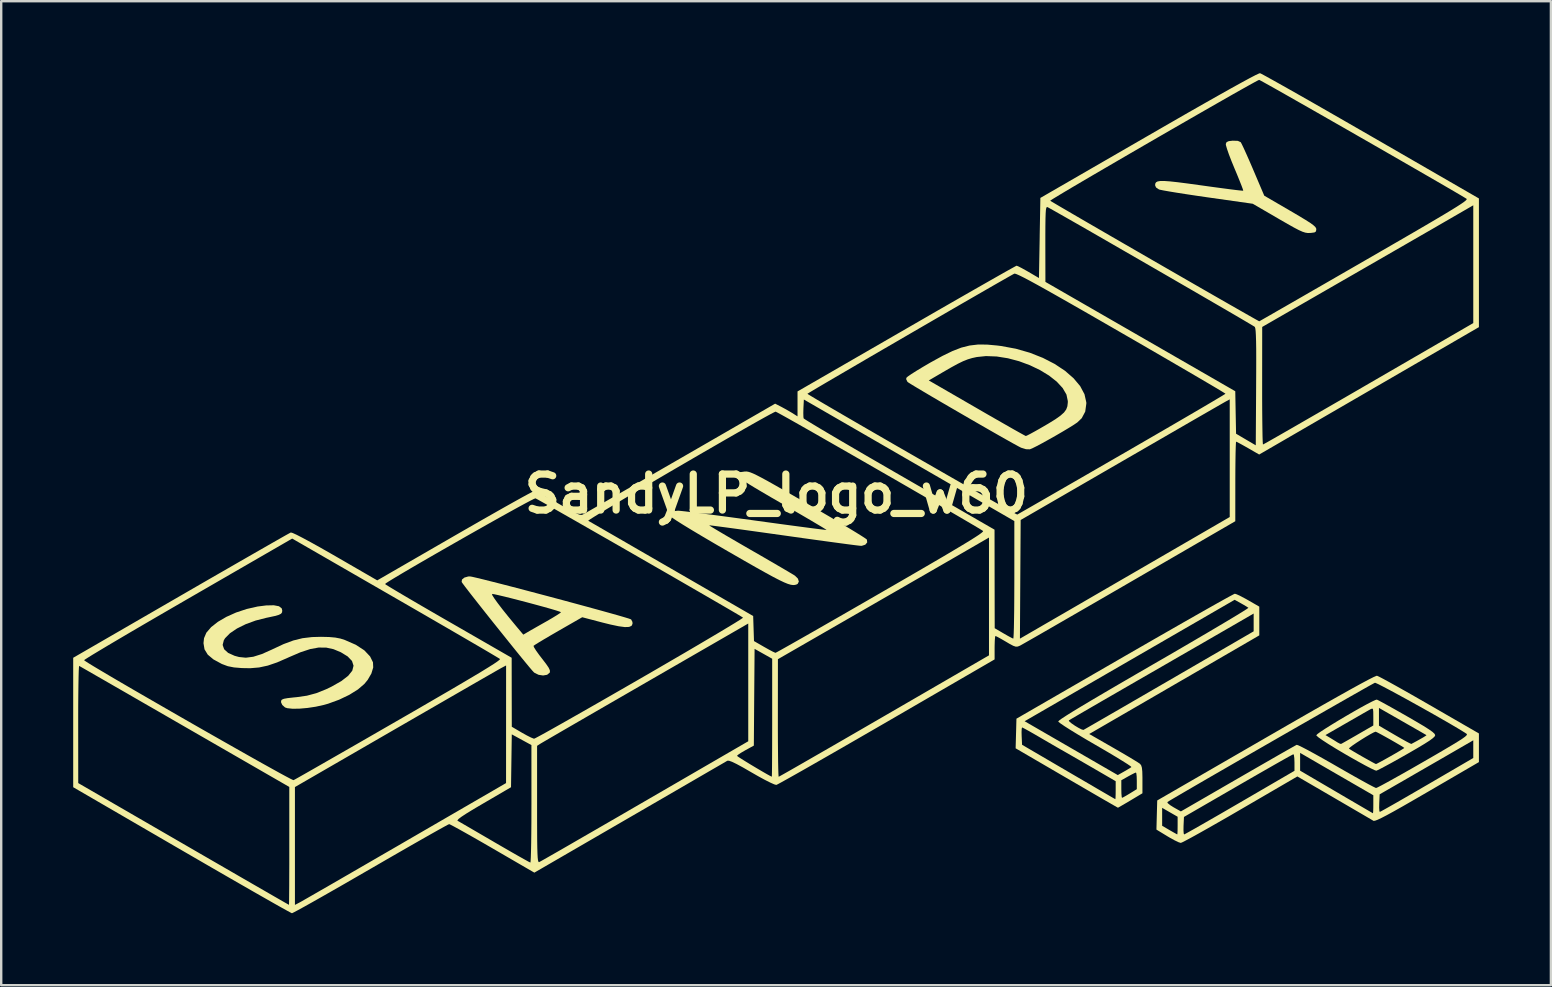
<source format=kicad_pcb>
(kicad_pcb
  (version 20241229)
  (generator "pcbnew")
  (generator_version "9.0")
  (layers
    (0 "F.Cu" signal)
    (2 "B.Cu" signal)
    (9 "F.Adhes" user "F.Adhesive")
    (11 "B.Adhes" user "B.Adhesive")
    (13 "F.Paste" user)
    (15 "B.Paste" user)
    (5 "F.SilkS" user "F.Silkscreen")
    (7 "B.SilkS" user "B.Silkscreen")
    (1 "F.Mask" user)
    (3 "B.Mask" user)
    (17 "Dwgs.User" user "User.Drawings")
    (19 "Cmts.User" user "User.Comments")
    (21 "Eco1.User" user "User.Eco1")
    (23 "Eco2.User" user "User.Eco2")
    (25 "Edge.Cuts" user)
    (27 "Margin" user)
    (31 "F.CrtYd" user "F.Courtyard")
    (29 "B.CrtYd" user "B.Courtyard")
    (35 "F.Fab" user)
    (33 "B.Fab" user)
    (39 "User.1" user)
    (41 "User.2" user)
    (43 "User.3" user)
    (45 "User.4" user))
  (footprint "SandyLP_logo_w60"
    (layer "F.Cu")
    (at 29.301 17.524)
    (property "Reference" "SandyLP_logo_w60" (at 0 0 0) (layer "F.SilkS") (effects (font (size 1.5 1.5) (thickness 0.3))))
    (attr board_only exclude_from_pos_files exclude_from_bom)
    (fp_poly (pts (xy 19.227 -14.705) (xy 19.346 -14.65) (xy 19.347 -14.649) (xy 19.39 -14.571) (xy 19.47 -14.404) (xy 19.579 -14.164) (xy 19.709 -13.87) (xy 19.852 -13.539) (xy 19.871 -13.494) (xy 20.328 -12.42) (xy 21.412 -11.789) (xy 21.778 -11.574) (xy 22.053 -11.408) (xy 22.25 -11.282) (xy 22.38 -11.186) (xy 22.457 -11.114) (xy 22.491 -11.055) (xy 22.496 -11.02) (xy 22.483 -10.933) (xy 22.421 -10.889) (xy 22.279 -10.87) (xy 22.232 -10.867) (xy 22.135 -10.866) (xy 22.037 -10.881) (xy 21.92 -10.919) (xy 21.77 -10.986) (xy 21.569 -11.091) (xy 21.302 -11.241) (xy 20.952 -11.442) (xy 20.908 -11.468) (xy 19.848 -12.084) (xy 17.975 -12.35) (xy 17.513 -12.417) (xy 17.082 -12.482) (xy 16.697 -12.542) (xy 16.375 -12.595) (xy 16.131 -12.638) (xy 15.979 -12.669) (xy 15.941 -12.68) (xy 15.818 -12.763) (xy 15.78 -12.852) (xy 15.787 -12.923) (xy 15.818 -12.977) (xy 15.883 -13.013) (xy 15.993 -13.032) (xy 16.161 -13.033) (xy 16.397 -13.016) (xy 16.713 -12.982) (xy 17.12 -12.93) (xy 17.63 -12.86) (xy 17.723 -12.847) (xy 18.156 -12.787) (xy 18.551 -12.734) (xy 18.891 -12.689) (xy 19.163 -12.655) (xy 19.353 -12.634) (xy 19.445 -12.627) (xy 19.452 -12.628) (xy 19.437 -12.686) (xy 19.383 -12.833) (xy 19.296 -13.052) (xy 19.185 -13.325) (xy 19.09 -13.551) (xy 18.963 -13.86) (xy 18.856 -14.138) (xy 18.777 -14.365) (xy 18.732 -14.52) (xy 18.725 -14.574) (xy 18.758 -14.652) (xy 18.849 -14.693) (xy 19.011 -14.712)) (stroke (width 0) (type solid)) (fill yes) (layer "F.SilkS"))
    (fp_poly (pts (xy 8.775 -6.216) (xy 9.202 -6.177) (xy 9.367 -6.156) (xy 9.978 -6.043) (xy 10.561 -5.876) (xy 11.103 -5.662) (xy 11.595 -5.409) (xy 12.025 -5.124) (xy 12.382 -4.813) (xy 12.657 -4.486) (xy 12.837 -4.148) (xy 12.913 -3.808) (xy 12.914 -3.758) (xy 12.868 -3.423) (xy 12.722 -3.148) (xy 12.539 -2.973) (xy 12.396 -2.876) (xy 12.184 -2.744) (xy 11.925 -2.589) (xy 11.64 -2.423) (xy 11.349 -2.259) (xy 11.075 -2.107) (xy 10.838 -1.981) (xy 10.659 -1.892) (xy 10.559 -1.852) (xy 10.401 -1.856) (xy 10.205 -1.916) (xy 10.178 -1.928) (xy 10.066 -1.986) (xy 9.871 -2.093) (xy 9.605 -2.242) (xy 9.281 -2.425) (xy 8.912 -2.636) (xy 8.51 -2.867) (xy 8.088 -3.11) (xy 7.659 -3.359) (xy 7.234 -3.606) (xy 6.827 -3.843) (xy 6.45 -4.064) (xy 6.117 -4.261) (xy 5.838 -4.427) (xy 5.628 -4.554) (xy 5.498 -4.636) (xy 5.462 -4.662) (xy 5.432 -4.722) (xy 6.35 -4.722) (xy 8.352 -3.565) (xy 8.793 -3.31) (xy 9.203 -3.075) (xy 9.57 -2.865) (xy 9.882 -2.687) (xy 10.13 -2.548) (xy 10.302 -2.453) (xy 10.386 -2.409) (xy 10.393 -2.406) (xy 10.457 -2.433) (xy 10.6 -2.507) (xy 10.796 -2.615) (xy 10.95 -2.702) (xy 11.334 -2.925) (xy 11.627 -3.106) (xy 11.839 -3.257) (xy 11.985 -3.388) (xy 12.076 -3.513) (xy 12.124 -3.644) (xy 12.141 -3.791) (xy 12.143 -3.86) (xy 12.086 -4.133) (xy 11.927 -4.406) (xy 11.681 -4.672) (xy 11.361 -4.924) (xy 10.983 -5.154) (xy 10.562 -5.356) (xy 10.111 -5.523) (xy 9.646 -5.646) (xy 9.181 -5.72) (xy 8.732 -5.737) (xy 8.353 -5.698) (xy 8.159 -5.656) (xy 7.975 -5.601) (xy 7.781 -5.524) (xy 7.555 -5.414) (xy 7.275 -5.261) (xy 6.92 -5.056) (xy 6.885 -5.035) (xy 6.35 -4.722) (xy 5.432 -4.722) (xy 5.409 -4.769) (xy 5.414 -4.829) (xy 5.473 -4.884) (xy 5.619 -4.985) (xy 5.834 -5.122) (xy 6.104 -5.285) (xy 6.41 -5.464) (xy 6.437 -5.479) (xy 6.921 -5.745) (xy 7.335 -5.946) (xy 7.703 -6.089) (xy 8.05 -6.177) (xy 8.399 -6.218)) (stroke (width 0) (type solid)) (fill yes) (layer "F.SilkS"))
    (fp_poly (pts (xy -12.675 3.46) (xy -12.484 3.504) (xy -12.206 3.571) (xy -11.853 3.66) (xy -11.44 3.765) (xy -10.976 3.885) (xy -10.476 4.016) (xy -9.951 4.155) (xy -9.414 4.297) (xy -8.877 4.441) (xy -8.352 4.583) (xy -7.851 4.719) (xy -7.388 4.846) (xy -6.974 4.961) (xy -6.622 5.06) (xy -6.344 5.141) (xy -6.152 5.199) (xy -6.06 5.233) (xy -6.054 5.236) (xy -5.999 5.34) (xy -5.995 5.421) (xy -6.037 5.505) (xy -6.141 5.549) (xy -6.316 5.555) (xy -6.573 5.521) (xy -6.922 5.447) (xy -7.256 5.364) (xy -8.091 5.145) (xy -9.092 5.719) (xy -9.401 5.898) (xy -9.675 6.059) (xy -9.896 6.192) (xy -10.049 6.287) (xy -10.119 6.336) (xy -10.121 6.338) (xy -10.098 6.4) (xy -10.016 6.532) (xy -9.887 6.712) (xy -9.769 6.865) (xy -9.596 7.091) (xy -9.489 7.248) (xy -9.44 7.354) (xy -9.437 7.428) (xy -9.448 7.457) (xy -9.554 7.543) (xy -9.721 7.572) (xy -9.909 7.544) (xy -10.079 7.461) (xy -10.11 7.435) (xy -10.178 7.361) (xy -10.307 7.209) (xy -10.487 6.991) (xy -10.709 6.72) (xy -10.962 6.407) (xy -11.237 6.065) (xy -11.525 5.706) (xy -11.816 5.343) (xy -12.1 4.986) (xy -12.367 4.648) (xy -12.608 4.342) (xy -12.739 4.175) (xy -11.849 4.175) (xy -11.838 4.226) (xy -11.757 4.356) (xy -11.614 4.555) (xy -11.416 4.814) (xy -11.169 5.122) (xy -10.882 5.47) (xy -10.807 5.56) (xy -10.546 5.87) (xy -10.362 5.762) (xy -10.237 5.689) (xy -10.038 5.576) (xy -9.795 5.438) (xy -9.576 5.314) (xy -9.342 5.178) (xy -9.15 5.061) (xy -9.021 4.976) (xy -8.975 4.936) (xy -9.029 4.911) (xy -9.179 4.862) (xy -9.405 4.795) (xy -9.689 4.715) (xy -10.014 4.626) (xy -10.36 4.533) (xy -10.708 4.442) (xy -11.041 4.356) (xy -11.34 4.282) (xy -11.586 4.224) (xy -11.761 4.186) (xy -11.846 4.174) (xy -11.849 4.175) (xy -12.739 4.175) (xy -12.813 4.079) (xy -12.973 3.872) (xy -13.077 3.732) (xy -13.116 3.674) (xy -13.101 3.574) (xy -13 3.492) (xy -12.842 3.447) (xy -12.768 3.444)) (stroke (width 0) (type solid)) (fill yes) (layer "F.SilkS"))
    (fp_poly (pts (xy -20.727 4.687) (xy -20.612 4.776) (xy -20.59 4.867) (xy -20.599 4.942) (xy -20.641 4.999) (xy -20.734 5.046) (xy -20.897 5.093) (xy -21.151 5.148) (xy -21.249 5.168) (xy -21.697 5.282) (xy -22.112 5.434) (xy -22.476 5.614) (xy -22.769 5.812) (xy -22.972 6.018) (xy -23.024 6.101) (xy -23.074 6.3) (xy -23.012 6.478) (xy -22.845 6.631) (xy -22.576 6.752) (xy -22.391 6.802) (xy -22.108 6.831) (xy -21.796 6.791) (xy -21.438 6.678) (xy -21.015 6.489) (xy -20.997 6.48) (xy -20.535 6.264) (xy -20.129 6.113) (xy -19.745 6.018) (xy -19.348 5.971) (xy -18.977 5.961) (xy -18.639 5.969) (xy -18.382 5.992) (xy -18.169 6.033) (xy -17.984 6.092) (xy -17.525 6.293) (xy -17.172 6.523) (xy -16.93 6.779) (xy -16.81 7.022) (xy -16.8 7.238) (xy -16.877 7.491) (xy -17.03 7.755) (xy -17.167 7.922) (xy -17.437 8.154) (xy -17.798 8.379) (xy -18.221 8.581) (xy -18.679 8.748) (xy -18.859 8.799) (xy -19.195 8.873) (xy -19.541 8.925) (xy -19.871 8.954) (xy -20.159 8.958) (xy -20.378 8.935) (xy -20.473 8.904) (xy -20.588 8.802) (xy -20.638 8.697) (xy -20.639 8.628) (xy -20.606 8.579) (xy -20.521 8.543) (xy -20.365 8.515) (xy -20.118 8.487) (xy -19.981 8.474) (xy -19.563 8.414) (xy -19.171 8.309) (xy -18.762 8.145) (xy -18.53 8.033) (xy -18.128 7.805) (xy -17.842 7.584) (xy -17.672 7.371) (xy -17.62 7.165) (xy -17.684 6.967) (xy -17.865 6.778) (xy -18.147 6.605) (xy -18.455 6.476) (xy -18.759 6.41) (xy -19.077 6.408) (xy -19.428 6.472) (xy -19.832 6.605) (xy -20.307 6.809) (xy -20.355 6.831) (xy -20.804 7.027) (xy -21.193 7.16) (xy -21.556 7.238) (xy -21.926 7.269) (xy -22.274 7.263) (xy -22.602 7.236) (xy -22.859 7.185) (xy -23.09 7.099) (xy -23.112 7.09) (xy -23.458 6.902) (xy -23.694 6.704) (xy -23.829 6.483) (xy -23.872 6.227) (xy -23.85 6.018) (xy -23.752 5.788) (xy -23.553 5.557) (xy -23.269 5.334) (xy -22.918 5.129) (xy -22.514 4.948) (xy -22.075 4.802) (xy -21.617 4.698) (xy -21.26 4.653) (xy -20.942 4.646)) (stroke (width 0) (type solid)) (fill yes) (layer "F.SilkS"))
    (fp_poly (pts (xy -1.175 -0.917) (xy -1.086 -0.891) (xy -0.969 -0.844) (xy -0.817 -0.771) (xy -0.618 -0.668) (xy -0.364 -0.53) (xy -0.046 -0.351) (xy 0.347 -0.128) (xy 0.823 0.146) (xy 1.328 0.437) (xy 1.813 0.719) (xy 2.267 0.984) (xy 2.68 1.229) (xy 3.042 1.445) (xy 3.342 1.628) (xy 3.571 1.771) (xy 3.717 1.867) (xy 3.771 1.91) (xy 3.784 2.027) (xy 3.704 2.122) (xy 3.558 2.169) (xy 3.527 2.17) (xy 3.441 2.162) (xy 3.25 2.139) (xy 2.965 2.102) (xy 2.599 2.053) (xy 2.162 1.994) (xy 1.666 1.926) (xy 1.122 1.851) (xy 0.542 1.769) (xy 0.294 1.734) (xy -0.293 1.652) (xy -0.843 1.575) (xy -1.347 1.505) (xy -1.793 1.444) (xy -2.171 1.393) (xy -2.47 1.354) (xy -2.679 1.327) (xy -2.788 1.315) (xy -2.801 1.315) (xy -2.756 1.347) (xy -2.621 1.43) (xy -2.407 1.558) (xy -2.126 1.724) (xy -1.789 1.92) (xy -1.409 2.141) (xy -1.101 2.319) (xy -0.685 2.558) (xy -0.297 2.783) (xy 0.052 2.986) (xy 0.348 3.159) (xy 0.578 3.295) (xy 0.728 3.385) (xy 0.777 3.417) (xy 0.897 3.537) (xy 0.935 3.66) (xy 0.885 3.756) (xy 0.846 3.777) (xy 0.775 3.798) (xy 0.696 3.804) (xy 0.599 3.791) (xy 0.476 3.755) (xy 0.318 3.69) (xy 0.114 3.593) (xy -0.144 3.459) (xy -0.464 3.284) (xy -0.858 3.064) (xy -1.333 2.793) (xy -1.898 2.468) (xy -1.982 2.42) (xy -2.565 2.082) (xy -3.079 1.78) (xy -3.518 1.518) (xy -3.879 1.298) (xy -4.154 1.125) (xy -4.339 1) (xy -4.428 0.928) (xy -4.435 0.917) (xy -4.428 0.799) (xy -4.314 0.728) (xy -4.099 0.705) (xy -4.001 0.713) (xy -3.798 0.735) (xy -3.503 0.771) (xy -3.127 0.818) (xy -2.683 0.875) (xy -2.183 0.941) (xy -1.637 1.015) (xy -1.059 1.093) (xy -0.907 1.114) (xy -0.33 1.193) (xy 0.211 1.267) (xy 0.704 1.333) (xy 1.14 1.391) (xy 1.506 1.439) (xy 1.793 1.475) (xy 1.989 1.499) (xy 2.083 1.508) (xy 2.09 1.508) (xy 2.045 1.476) (xy 1.909 1.392) (xy 1.694 1.264) (xy 1.411 1.096) (xy 1.071 0.897) (xy 0.685 0.673) (xy 0.276 0.436) (xy -0.209 0.156) (xy -0.6 -0.073) (xy -0.909 -0.256) (xy -1.145 -0.401) (xy -1.316 -0.513) (xy -1.433 -0.598) (xy -1.506 -0.664) (xy -1.543 -0.715) (xy -1.554 -0.759) (xy -1.555 -0.764) (xy -1.54 -0.858) (xy -1.476 -0.904) (xy -1.331 -0.925) (xy -1.31 -0.927) (xy -1.246 -0.928)) (stroke (width 0) (type solid)) (fill yes) (layer "F.SilkS"))
    (fp_poly (pts (xy 25.089 8.61) (xy 25.244 8.693) (xy 25.47 8.817) (xy 25.753 8.975) (xy 26.076 9.158) (xy 26.269 9.268) (xy 26.666 9.498) (xy 26.97 9.678) (xy 27.19 9.818) (xy 27.337 9.922) (xy 27.42 9.999) (xy 27.449 10.054) (xy 27.45 10.06) (xy 27.427 10.113) (xy 27.352 10.185) (xy 27.216 10.285) (xy 27.007 10.419) (xy 26.717 10.593) (xy 26.334 10.815) (xy 26.269 10.852) (xy 25.928 11.045) (xy 25.618 11.218) (xy 25.353 11.361) (xy 25.151 11.468) (xy 25.025 11.528) (xy 24.995 11.539) (xy 24.92 11.514) (xy 24.759 11.437) (xy 24.528 11.316) (xy 24.242 11.159) (xy 23.916 10.975) (xy 23.699 10.85) (xy 23.324 10.628) (xy 23.308 10.618) (xy 23.856 10.618) (xy 23.856 10.619) (xy 23.924 10.664) (xy 24.064 10.749) (xy 24.252 10.859) (xy 24.46 10.978) (xy 24.664 11.093) (xy 24.836 11.188) (xy 24.952 11.249) (xy 24.986 11.262) (xy 25.044 11.235) (xy 25.182 11.162) (xy 25.38 11.053) (xy 25.587 10.937) (xy 25.816 10.806) (xy 26.002 10.696) (xy 26.124 10.62) (xy 26.163 10.591) (xy 26.115 10.556) (xy 25.99 10.479) (xy 25.81 10.374) (xy 25.602 10.254) (xy 25.39 10.135) (xy 25.198 10.029) (xy 25.051 9.951) (xy 24.974 9.915) (xy 24.969 9.914) (xy 24.892 9.942) (xy 24.75 10.018) (xy 24.566 10.125) (xy 24.365 10.25) (xy 24.17 10.376) (xy 24.004 10.49) (xy 23.891 10.576) (xy 23.856 10.618) (xy 23.308 10.618) (xy 23.006 10.432) (xy 22.757 10.27) (xy 22.585 10.149) (xy 22.502 10.075) (xy 22.496 10.061) (xy 22.503 10.055) (xy 22.878 10.055) (xy 23.069 10.169) (xy 23.23 10.267) (xy 23.367 10.353) (xy 23.376 10.359) (xy 23.48 10.414) (xy 23.528 10.424) (xy 23.589 10.392) (xy 23.731 10.312) (xy 23.934 10.196) (xy 24.178 10.056) (xy 24.217 10.033) (xy 24.872 9.655) (xy 24.872 9.293) (xy 25.107 9.293) (xy 25.107 9.663) (xy 25.767 10.049) (xy 26.015 10.192) (xy 26.225 10.31) (xy 26.377 10.39) (xy 26.453 10.424) (xy 26.456 10.424) (xy 26.52 10.391) (xy 26.654 10.319) (xy 26.794 10.241) (xy 26.954 10.15) (xy 27.059 10.083) (xy 27.087 10.058) (xy 27.034 10.027) (xy 26.894 9.946) (xy 26.685 9.826) (xy 26.421 9.675) (xy 26.119 9.502) (xy 26.089 9.485) (xy 25.107 8.923) (xy 25.107 9.293) (xy 24.872 9.293) (xy 24.872 9.284) (xy 24.87 9.083) (xy 24.859 8.979) (xy 24.827 8.949) (xy 24.766 8.972) (xy 24.737 8.988) (xy 24.642 9.042) (xy 24.465 9.142) (xy 24.228 9.279) (xy 23.949 9.439) (xy 23.74 9.559) (xy 22.878 10.055) (xy 22.503 10.055) (xy 22.545 10.011) (xy 22.679 9.913) (xy 22.883 9.779) (xy 23.139 9.619) (xy 23.429 9.442) (xy 23.738 9.259) (xy 24.048 9.079) (xy 24.342 8.912) (xy 24.604 8.769) (xy 24.816 8.659) (xy 24.961 8.592) (xy 25.02 8.577)) (stroke (width 0) (type solid)) (fill yes) (layer "F.SilkS"))
    (fp_poly (pts (xy 19.188 4.193) (xy 19.347 4.268) (xy 19.551 4.376) (xy 19.654 4.434) (xy 20.121 4.703) (xy 20.121 5.302) (xy 20.121 5.9) (xy 19.754 6.114) (xy 19.638 6.181) (xy 19.431 6.301) (xy 19.142 6.469) (xy 18.781 6.678) (xy 18.359 6.923) (xy 17.885 7.198) (xy 17.37 7.497) (xy 16.822 7.814) (xy 16.253 8.144) (xy 16.211 8.169) (xy 13.034 10.01) (xy 14.04 10.587) (xy 14.356 10.77) (xy 14.643 10.938) (xy 14.881 11.081) (xy 15.055 11.188) (xy 15.145 11.249) (xy 15.149 11.252) (xy 15.198 11.314) (xy 15.229 11.414) (xy 15.246 11.577) (xy 15.252 11.826) (xy 15.252 11.91) (xy 15.252 12.48) (xy 14.749 12.781) (xy 14.536 12.907) (xy 14.364 13.007) (xy 14.256 13.069) (xy 14.231 13.081) (xy 14.179 13.053) (xy 14.036 12.971) (xy 13.813 12.843) (xy 13.52 12.674) (xy 13.169 12.47) (xy 12.768 12.237) (xy 12.33 11.982) (xy 12.092 11.844) (xy 9.968 10.606) (xy 9.985 9.989) (xy 9.987 9.93) (xy 10.215 9.93) (xy 10.219 10.098) (xy 10.236 10.459) (xy 12.172 11.591) (xy 12.604 11.843) (xy 13.004 12.076) (xy 13.359 12.284) (xy 13.66 12.459) (xy 13.894 12.595) (xy 14.051 12.686) (xy 14.12 12.725) (xy 14.123 12.726) (xy 14.13 12.674) (xy 14.135 12.536) (xy 14.137 12.353) (xy 14.137 12.304) (xy 14.372 12.304) (xy 14.376 12.494) (xy 14.387 12.627) (xy 14.4 12.671) (xy 14.462 12.642) (xy 14.591 12.569) (xy 14.723 12.49) (xy 15.017 12.309) (xy 15.017 11.962) (xy 15.012 11.778) (xy 14.998 11.652) (xy 14.982 11.615) (xy 14.915 11.641) (xy 14.78 11.71) (xy 14.659 11.776) (xy 14.372 11.937) (xy 14.372 12.304) (xy 14.137 12.304) (xy 14.137 11.977) (xy 13.184 11.423) (xy 12.862 11.237) (xy 12.557 11.061) (xy 12.289 10.907) (xy 12.082 10.788) (xy 11.967 10.722) (xy 11.817 10.637) (xy 11.594 10.509) (xy 11.326 10.353) (xy 11.041 10.187) (xy 10.989 10.156) (xy 10.73 10.006) (xy 10.507 9.879) (xy 10.34 9.787) (xy 10.249 9.741) (xy 10.238 9.738) (xy 10.221 9.791) (xy 10.215 9.93) (xy 9.987 9.93) (xy 9.999 9.478) (xy 10.343 9.478) (xy 12.284 10.6) (xy 14.225 11.722) (xy 14.489 11.573) (xy 14.647 11.481) (xy 14.762 11.41) (xy 14.793 11.387) (xy 14.755 11.35) (xy 14.626 11.262) (xy 14.419 11.132) (xy 14.147 10.965) (xy 13.82 10.77) (xy 13.452 10.555) (xy 13.297 10.465) (xy 12.912 10.241) (xy 12.561 10.031) (xy 12.257 9.845) (xy 12.012 9.689) (xy 11.84 9.572) (xy 11.752 9.503) (xy 11.744 9.49) (xy 11.777 9.451) (xy 11.783 9.447) (xy 12.182 9.447) (xy 12.206 9.491) (xy 12.301 9.57) (xy 12.439 9.665) (xy 12.588 9.754) (xy 12.716 9.819) (xy 12.792 9.84) (xy 12.795 9.839) (xy 12.851 9.808) (xy 12.999 9.723) (xy 13.233 9.588) (xy 13.543 9.409) (xy 13.922 9.19) (xy 14.361 8.937) (xy 14.852 8.652) (xy 15.386 8.343) (xy 15.956 8.012) (xy 16.359 7.779) (xy 19.886 5.732) (xy 19.886 5.361) (xy 19.886 4.991) (xy 18.815 5.611) (xy 18.551 5.763) (xy 18.2 5.966) (xy 17.776 6.211) (xy 17.295 6.488) (xy 16.77 6.79) (xy 16.218 7.109) (xy 15.652 7.435) (xy 15.087 7.76) (xy 14.988 7.817) (xy 14.467 8.118) (xy 13.977 8.401) (xy 13.526 8.661) (xy 13.125 8.894) (xy 12.782 9.093) (xy 12.508 9.253) (xy 12.311 9.368) (xy 12.202 9.434) (xy 12.182 9.447) (xy 11.783 9.447) (xy 11.884 9.371) (xy 12.07 9.249) (xy 12.338 9.081) (xy 12.689 8.868) (xy 13.128 8.606) (xy 13.657 8.294) (xy 14.28 7.93) (xy 14.999 7.512) (xy 15.719 7.095) (xy 16.346 6.733) (xy 16.94 6.387) (xy 17.496 6.062) (xy 18.006 5.763) (xy 18.462 5.493) (xy 18.856 5.259) (xy 19.181 5.063) (xy 19.429 4.911) (xy 19.593 4.807) (xy 19.665 4.755) (xy 19.667 4.751) (xy 19.593 4.702) (xy 19.454 4.619) (xy 19.358 4.565) (xy 19.094 4.418) (xy 14.719 6.948) (xy 10.343 9.478) (xy 9.999 9.478) (xy 10.002 9.372) (xy 14.509 6.768) (xy 15.178 6.383) (xy 15.819 6.014) (xy 16.425 5.667) (xy 16.987 5.345) (xy 17.499 5.054) (xy 17.954 4.796) (xy 18.343 4.577) (xy 18.66 4.4) (xy 18.898 4.269) (xy 19.048 4.19) (xy 19.102 4.165)) (stroke (width 0) (type solid)) (fill yes) (layer "F.SilkS"))
    (fp_poly (pts (xy 25.102 7.617) (xy 25.268 7.703) (xy 25.513 7.836) (xy 25.825 8.009) (xy 26.192 8.215) (xy 26.602 8.448) (xy 27.045 8.702) (xy 27.21 8.797) (xy 29.272 9.987) (xy 29.272 10.584) (xy 29.272 11.181) (xy 27.121 12.433) (xy 26.568 12.753) (xy 26.109 13.017) (xy 25.735 13.228) (xy 25.439 13.39) (xy 25.213 13.507) (xy 25.051 13.584) (xy 24.944 13.623) (xy 24.886 13.63) (xy 24.877 13.627) (xy 24.804 13.584) (xy 24.644 13.49) (xy 24.408 13.352) (xy 24.111 13.179) (xy 23.767 12.978) (xy 23.387 12.757) (xy 23.245 12.674) (xy 21.707 11.779) (xy 19.329 13.163) (xy 18.846 13.444) (xy 18.39 13.705) (xy 17.974 13.942) (xy 17.608 14.148) (xy 17.302 14.317) (xy 17.066 14.444) (xy 16.911 14.523) (xy 16.849 14.548) (xy 16.755 14.519) (xy 16.591 14.44) (xy 16.386 14.327) (xy 16.29 14.27) (xy 15.835 13.993) (xy 15.849 13.461) (xy 16.073 13.461) (xy 16.073 13.834) (xy 16.381 14.014) (xy 16.545 14.108) (xy 16.663 14.174) (xy 16.704 14.195) (xy 16.711 14.142) (xy 16.716 14.02) (xy 16.962 14.02) (xy 16.971 14.152) (xy 16.989 14.196) (xy 17.046 14.167) (xy 17.195 14.085) (xy 17.424 13.956) (xy 17.724 13.785) (xy 18.083 13.579) (xy 18.492 13.344) (xy 18.94 13.084) (xy 19.309 12.87) (xy 21.587 11.544) (xy 21.587 11.198) (xy 21.586 11.167) (xy 21.822 11.167) (xy 21.822 11.538) (xy 23.332 12.423) (xy 23.712 12.646) (xy 24.058 12.848) (xy 24.358 13.023) (xy 24.598 13.163) (xy 24.766 13.261) (xy 24.85 13.309) (xy 24.857 13.312) (xy 24.865 13.261) (xy 24.87 13.123) (xy 24.871 13.081) (xy 25.115 13.081) (xy 25.124 13.213) (xy 25.141 13.257) (xy 25.199 13.229) (xy 25.347 13.147) (xy 25.574 13.019) (xy 25.868 12.852) (xy 26.218 12.65) (xy 26.613 12.422) (xy 27.041 12.173) (xy 27.109 12.134) (xy 29.037 11.01) (xy 29.037 10.642) (xy 29.037 10.273) (xy 27.908 10.926) (xy 27.511 11.155) (xy 27.086 11.4) (xy 26.664 11.643) (xy 26.279 11.866) (xy 25.962 12.049) (xy 25.957 12.051) (xy 25.136 12.524) (xy 25.119 12.891) (xy 25.115 13.081) (xy 24.871 13.081) (xy 24.872 12.939) (xy 24.872 12.562) (xy 24.036 12.079) (xy 23.682 11.874) (xy 23.294 11.65) (xy 22.914 11.43) (xy 22.584 11.239) (xy 22.511 11.196) (xy 21.822 10.797) (xy 21.822 11.167) (xy 21.586 11.167) (xy 21.58 11.014) (xy 21.563 10.889) (xy 21.543 10.853) (xy 21.485 10.882) (xy 21.335 10.963) (xy 21.105 11.092) (xy 20.805 11.262) (xy 20.446 11.467) (xy 20.037 11.701) (xy 19.589 11.959) (xy 19.241 12.16) (xy 16.982 13.466) (xy 16.965 13.831) (xy 16.962 14.02) (xy 16.716 14.02) (xy 16.716 14.003) (xy 16.718 13.827) (xy 16.718 13.458) (xy 16.396 13.273) (xy 16.073 13.087) (xy 16.073 13.461) (xy 15.849 13.461) (xy 15.851 13.386) (xy 15.866 12.848) (xy 16.289 12.848) (xy 16.31 12.896) (xy 16.412 12.978) (xy 16.547 13.063) (xy 16.854 13.236) (xy 19.231 11.862) (xy 19.715 11.583) (xy 20.168 11.322) (xy 20.582 11.084) (xy 20.944 10.876) (xy 21.246 10.704) (xy 21.476 10.574) (xy 21.625 10.49) (xy 21.681 10.461) (xy 21.747 10.482) (xy 21.902 10.556) (xy 22.133 10.676) (xy 22.425 10.835) (xy 22.768 11.026) (xy 23.147 11.241) (xy 23.33 11.347) (xy 23.723 11.572) (xy 24.085 11.778) (xy 24.404 11.956) (xy 24.666 12.1) (xy 24.858 12.201) (xy 24.968 12.254) (xy 24.988 12.26) (xy 25.055 12.232) (xy 25.212 12.151) (xy 25.446 12.024) (xy 25.747 11.857) (xy 26.103 11.658) (xy 26.501 11.432) (xy 26.931 11.185) (xy 26.964 11.166) (xy 27.458 10.881) (xy 27.858 10.647) (xy 28.173 10.46) (xy 28.412 10.314) (xy 28.583 10.204) (xy 28.695 10.123) (xy 28.756 10.066) (xy 28.775 10.028) (xy 28.76 10.003) (xy 28.759 10.002) (xy 28.604 9.903) (xy 28.376 9.764) (xy 28.088 9.595) (xy 27.754 9.402) (xy 27.388 9.193) (xy 27.004 8.977) (xy 26.615 8.76) (xy 26.236 8.55) (xy 25.881 8.356) (xy 25.562 8.184) (xy 25.295 8.043) (xy 25.094 7.94) (xy 24.971 7.884) (xy 24.94 7.875) (xy 24.878 7.907) (xy 24.723 7.992) (xy 24.485 8.126) (xy 24.173 8.303) (xy 23.796 8.517) (xy 23.363 8.764) (xy 22.883 9.038) (xy 22.366 9.334) (xy 21.821 9.646) (xy 21.255 9.971) (xy 20.68 10.301) (xy 20.104 10.632) (xy 19.536 10.959) (xy 18.985 11.277) (xy 18.46 11.58) (xy 17.971 11.862) (xy 17.527 12.12) (xy 17.136 12.347) (xy 16.809 12.538) (xy 16.553 12.688) (xy 16.379 12.791) (xy 16.295 12.844) (xy 16.289 12.848) (xy 15.866 12.848) (xy 15.868 12.779) (xy 20.385 10.17) (xy 21.293 9.646) (xy 22.1 9.182) (xy 22.809 8.778) (xy 23.418 8.434) (xy 23.929 8.148) (xy 24.342 7.921) (xy 24.658 7.752) (xy 24.877 7.641) (xy 25 7.588) (xy 25.025 7.583)) (stroke (width 0) (type solid)) (fill yes) (layer "F.SilkS"))
    (fp_poly (pts (xy 20.219 -17.492) (xy 20.38 -17.405) (xy 20.628 -17.268) (xy 20.955 -17.085) (xy 21.354 -16.86) (xy 21.817 -16.598) (xy 22.337 -16.302) (xy 22.906 -15.976) (xy 23.516 -15.626) (xy 24.161 -15.255) (xy 24.771 -14.904) (xy 29.272 -12.305) (xy 29.272 -9.624) (xy 29.272 -6.943) (xy 24.694 -4.289) (xy 20.116 -1.635) (xy 19.652 -1.903) (xy 19.444 -2.02) (xy 19.277 -2.112) (xy 19.175 -2.164) (xy 19.155 -2.17) (xy 19.147 -2.114) (xy 19.14 -1.955) (xy 19.133 -1.709) (xy 19.128 -1.389) (xy 19.124 -1.012) (xy 19.122 -0.591) (xy 19.122 -0.513) (xy 19.121 1.144) (xy 14.719 3.696) (xy 14.056 4.08) (xy 13.419 4.449) (xy 12.816 4.797) (xy 12.255 5.121) (xy 11.744 5.416) (xy 11.29 5.678) (xy 10.901 5.902) (xy 10.584 6.083) (xy 10.347 6.218) (xy 10.198 6.302) (xy 10.148 6.33) (xy 10.058 6.366) (xy 9.975 6.371) (xy 9.868 6.335) (xy 9.71 6.251) (xy 9.57 6.168) (xy 9.376 6.055) (xy 9.344 6.037) (xy 10.147 6.037) (xy 10.928 5.585) (xy 11.112 5.478) (xy 11.387 5.319) (xy 11.742 5.113) (xy 12.168 4.867) (xy 12.652 4.586) (xy 13.184 4.277) (xy 13.755 3.946) (xy 14.353 3.599) (xy 14.968 3.243) (xy 15.299 3.051) (xy 18.889 0.969) (xy 18.889 -1.482) (xy 18.889 -3.933) (xy 18.727 -3.846) (xy 18.653 -3.804) (xy 18.484 -3.707) (xy 18.23 -3.561) (xy 17.898 -3.37) (xy 17.495 -3.138) (xy 17.031 -2.87) (xy 16.512 -2.57) (xy 15.947 -2.243) (xy 15.343 -1.894) (xy 14.708 -1.527) (xy 14.372 -1.333) (xy 10.178 1.093) (xy 10.162 3.565) (xy 10.147 6.037) (xy 9.344 6.037) (xy 9.222 5.97) (xy 9.135 5.927) (xy 9.126 5.925) (xy 9.111 5.979) (xy 9.099 6.123) (xy 9.093 6.33) (xy 9.092 6.413) (xy 9.092 6.902) (xy 4.599 9.508) (xy 3.93 9.895) (xy 3.289 10.265) (xy 2.684 10.614) (xy 2.121 10.937) (xy 1.607 11.231) (xy 1.152 11.491) (xy 0.761 11.712) (xy 0.442 11.891) (xy 0.203 12.024) (xy 0.051 12.106) (xy -0.005 12.132) (xy -0.089 12.109) (xy -0.255 12.035) (xy -0.485 11.919) (xy -0.76 11.769) (xy -1.036 11.611) (xy -1.389 11.407) (xy -1.656 11.262) (xy -1.846 11.17) (xy -1.971 11.125) (xy -2.041 11.124) (xy -2.049 11.127) (xy -2.113 11.165) (xy -2.271 11.257) (xy -2.515 11.398) (xy -2.836 11.584) (xy -3.227 11.811) (xy -3.68 12.074) (xy -4.187 12.368) (xy -4.74 12.689) (xy -5.331 13.031) (xy -5.953 13.392) (xy -6.114 13.485) (xy -10.086 15.787) (xy -11.827 14.776) (xy -12.239 14.538) (xy -12.62 14.32) (xy -12.958 14.129) (xy -13.241 13.971) (xy -13.456 13.854) (xy -13.592 13.783) (xy -13.635 13.766) (xy -13.696 13.794) (xy -13.849 13.877) (xy -14.087 14.009) (xy -14.4 14.185) (xy -14.778 14.4) (xy -15.215 14.649) (xy -15.7 14.928) (xy -16.225 15.23) (xy -16.781 15.552) (xy -16.904 15.623) (xy -17.467 15.948) (xy -18 16.256) (xy -18.495 16.539) (xy -18.944 16.795) (xy -19.338 17.018) (xy -19.667 17.202) (xy -19.924 17.343) (xy -20.098 17.436) (xy -20.182 17.477) (xy -20.188 17.478) (xy -20.249 17.448) (xy -20.404 17.364) (xy -20.647 17.229) (xy -20.968 17.048) (xy -21.361 16.824) (xy -21.819 16.563) (xy -22.334 16.267) (xy -22.899 15.942) (xy -23.507 15.591) (xy -24.149 15.219) (xy -24.784 14.851) (xy -29.301 12.227) (xy -29.301 9.602) (xy -29.093 9.602) (xy -29.091 12.055) (xy -24.709 14.591) (xy -24.051 14.972) (xy -23.423 15.335) (xy -22.831 15.677) (xy -22.285 15.993) (xy -21.789 16.279) (xy -21.353 16.53) (xy -20.983 16.744) (xy -20.687 16.914) (xy -20.471 17.038) (xy -20.344 17.11) (xy -20.311 17.128) (xy -20.308 17.072) (xy -20.305 16.91) (xy -20.303 16.655) (xy -20.3 16.32) (xy -20.299 15.915) (xy -20.297 15.454) (xy -20.297 14.948) (xy -20.297 14.673) (xy -20.297 12.221) (xy -20.062 12.221) (xy -20.062 14.676) (xy -20.062 17.132) (xy -19.864 17.028) (xy -19.783 16.983) (xy -19.609 16.883) (xy -19.349 16.734) (xy -19.012 16.54) (xy -18.605 16.306) (xy -18.136 16.035) (xy -17.614 15.733) (xy -17.045 15.404) (xy -16.439 15.053) (xy -15.802 14.685) (xy -15.465 14.489) (xy -13.943 13.607) (xy -13.291 13.607) (xy -13.284 13.626) (xy -13.212 13.667) (xy -13.053 13.76) (xy -12.819 13.895) (xy -12.526 14.066) (xy -12.186 14.264) (xy -11.813 14.481) (xy -11.746 14.521) (xy -11.371 14.738) (xy -11.03 14.935) (xy -10.735 15.103) (xy -10.498 15.236) (xy -10.334 15.327) (xy -10.255 15.366) (xy -10.251 15.368) (xy -10.242 15.311) (xy -10.233 15.15) (xy -10.225 14.895) (xy -10.218 14.56) (xy -10.213 14.156) (xy -10.209 13.695) (xy -10.208 13.19) (xy -10.207 12.92) (xy -10.208 10.503) (xy -9.972 10.503) (xy -9.972 12.942) (xy -9.972 13.546) (xy -9.97 14.043) (xy -9.968 14.443) (xy -9.963 14.755) (xy -9.956 14.989) (xy -9.947 15.156) (xy -9.935 15.264) (xy -9.919 15.326) (xy -9.9 15.349) (xy -9.885 15.348) (xy -9.822 15.314) (xy -9.665 15.226) (xy -9.422 15.087) (xy -9.1 14.903) (xy -8.707 14.677) (xy -8.251 14.413) (xy -7.738 14.117) (xy -7.177 13.793) (xy -6.574 13.445) (xy -5.939 13.076) (xy -5.486 12.814) (xy -2.22 10.92) (xy -1.642 10.92) (xy -1.595 10.957) (xy -1.468 11.04) (xy -1.284 11.155) (xy -1.063 11.29) (xy -0.829 11.43) (xy -0.603 11.563) (xy -0.407 11.676) (xy -0.262 11.756) (xy -0.192 11.789) (xy -0.191 11.789) (xy -0.188 11.733) (xy -0.185 11.571) (xy -0.182 11.317) (xy -0.18 10.981) (xy -0.178 10.577) (xy -0.177 10.116) (xy -0.176 9.61) (xy -0.176 9.342) (xy 0.061 9.342) (xy 0.061 9.865) (xy 0.063 10.35) (xy 0.067 10.784) (xy 0.071 11.156) (xy 0.077 11.454) (xy 0.084 11.664) (xy 0.091 11.776) (xy 0.095 11.791) (xy 0.151 11.762) (xy 0.3 11.679) (xy 0.536 11.545) (xy 0.851 11.365) (xy 1.237 11.143) (xy 1.689 10.883) (xy 2.197 10.591) (xy 2.755 10.269) (xy 3.355 9.922) (xy 3.99 9.554) (xy 4.495 9.262) (xy 8.858 6.733) (xy 8.858 4.278) (xy 8.858 1.824) (xy 7.699 2.494) (xy 7.436 2.646) (xy 7.084 2.849) (xy 6.656 3.096) (xy 6.166 3.379) (xy 5.627 3.689) (xy 5.052 4.021) (xy 4.453 4.365) (xy 3.845 4.716) (xy 3.302 5.028) (xy 0.063 6.893) (xy 0.061 9.342) (xy -0.176 9.342) (xy -0.176 9.332) (xy -0.176 6.874) (xy -0.543 6.668) (xy -0.909 6.462) (xy -0.925 8.478) (xy -0.94 10.493) (xy -1.291 10.686) (xy -1.467 10.788) (xy -1.593 10.872) (xy -1.642 10.919) (xy -1.642 10.92) (xy -2.22 10.92) (xy -1.173 10.313) (xy -1.173 7.86) (xy -1.173 5.407) (xy -5.441 7.87) (xy -6.093 8.247) (xy -6.719 8.608) (xy -7.309 8.949) (xy -7.856 9.265) (xy -8.353 9.553) (xy -8.792 9.807) (xy -9.164 10.023) (xy -9.463 10.197) (xy -9.681 10.324) (xy -9.809 10.399) (xy -9.84 10.418) (xy -9.972 10.503) (xy -10.208 10.503) (xy -10.208 10.471) (xy -10.617 10.248) (xy -11.026 10.025) (xy -11.042 11.127) (xy -11.058 12.228) (xy -12.214 12.903) (xy -12.611 13.136) (xy -12.91 13.319) (xy -13.119 13.456) (xy -13.244 13.55) (xy -13.291 13.607) (xy -13.943 13.607) (xy -11.265 12.055) (xy -11.264 9.604) (xy -11.263 7.154) (xy -11.459 7.258) (xy -11.539 7.303) (xy -11.713 7.402) (xy -11.972 7.551) (xy -12.309 7.744) (xy -12.716 7.978) (xy -13.185 8.249) (xy -13.708 8.55) (xy -14.276 8.878) (xy -14.883 9.228) (xy -15.52 9.596) (xy -15.858 9.791) (xy -20.062 12.221) (xy -20.297 12.221) (xy -20.297 12.216) (xy -24.652 9.706) (xy -25.309 9.327) (xy -25.937 8.965) (xy -26.528 8.625) (xy -27.075 8.309) (xy -27.571 8.024) (xy -28.008 7.772) (xy -28.379 7.559) (xy -28.676 7.388) (xy -28.892 7.264) (xy -29.019 7.191) (xy -29.052 7.172) (xy -29.061 7.224) (xy -29.07 7.381) (xy -29.077 7.631) (xy -29.083 7.963) (xy -29.088 8.364) (xy -29.092 8.822) (xy -29.093 9.326) (xy -29.093 9.602) (xy -29.301 9.602) (xy -29.301 9.531) (xy -29.301 6.935) (xy -28.847 6.935) (xy -28.793 6.976) (xy -28.646 7.07) (xy -28.415 7.211) (xy -28.109 7.393) (xy -27.738 7.613) (xy -27.31 7.864) (xy -26.834 8.141) (xy -26.319 8.439) (xy -25.775 8.753) (xy -25.211 9.078) (xy -24.635 9.409) (xy -24.057 9.74) (xy -23.485 10.066) (xy -22.929 10.382) (xy -22.398 10.683) (xy -21.901 10.964) (xy -21.447 11.219) (xy -21.044 11.443) (xy -20.703 11.632) (xy -20.432 11.779) (xy -20.24 11.88) (xy -20.136 11.929) (xy -20.121 11.933) (xy -20.057 11.9) (xy -19.9 11.812) (xy -19.657 11.674) (xy -19.334 11.49) (xy -18.941 11.265) (xy -18.484 11.003) (xy -17.971 10.709) (xy -17.409 10.387) (xy -16.807 10.04) (xy -16.172 9.674) (xy -15.741 9.426) (xy -14.933 8.96) (xy -14.224 8.548) (xy -13.607 8.19) (xy -13.08 7.88) (xy -12.637 7.618) (xy -12.275 7.401) (xy -11.989 7.225) (xy -11.774 7.089) (xy -11.627 6.989) (xy -11.542 6.923) (xy -11.516 6.889) (xy -11.517 6.885) (xy -11.577 6.847) (xy -11.732 6.754) (xy -11.973 6.611) (xy -12.292 6.423) (xy -12.684 6.195) (xy -13.139 5.93) (xy -13.65 5.633) (xy -14.211 5.308) (xy -14.812 4.96) (xy -15.447 4.593) (xy -15.881 4.343) (xy -16.891 3.761) (xy -16.307 3.761) (xy -16.258 3.796) (xy -16.116 3.884) (xy -15.892 4.019) (xy -15.594 4.196) (xy -15.232 4.409) (xy -14.816 4.652) (xy -14.354 4.92) (xy -13.858 5.207) (xy -13.669 5.315) (xy -11.031 6.834) (xy -11.029 8.271) (xy -11.026 9.708) (xy -10.602 9.957) (xy -10.397 10.071) (xy -10.224 10.158) (xy -10.112 10.203) (xy -10.095 10.206) (xy -10.032 10.177) (xy -9.876 10.094) (xy -9.633 9.961) (xy -9.312 9.781) (xy -8.919 9.56) (xy -8.463 9.301) (xy -7.95 9.009) (xy -7.388 8.688) (xy -6.785 8.342) (xy -6.149 7.976) (xy -5.678 7.705) (xy -5.025 7.327) (xy -4.403 6.965) (xy -3.819 6.625) (xy -3.281 6.309) (xy -2.795 6.022) (xy -2.369 5.77) (xy -2.011 5.555) (xy -1.727 5.383) (xy -1.525 5.257) (xy -1.413 5.182) (xy -1.391 5.162) (xy -1.453 5.122) (xy -1.608 5.029) (xy -1.847 4.889) (xy -2.159 4.707) (xy -2.536 4.488) (xy -2.969 4.237) (xy -3.449 3.96) (xy -3.966 3.661) (xy -4.512 3.346) (xy -5.077 3.021) (xy -5.652 2.69) (xy -6.228 2.359) (xy -6.796 2.033) (xy -7.347 1.718) (xy -7.871 1.418) (xy -8.36 1.138) (xy -8.384 1.124) (xy -7.841 1.124) (xy -7.779 1.16) (xy -7.625 1.249) (xy -7.386 1.387) (xy -7.072 1.568) (xy -6.689 1.789) (xy -6.248 2.044) (xy -5.757 2.328) (xy -5.223 2.636) (xy -4.656 2.964) (xy -4.37 3.129) (xy -0.968 5.094) (xy -0.951 5.616) (xy -0.934 6.138) (xy -0.511 6.382) (xy -0.311 6.494) (xy -0.148 6.58) (xy -0.051 6.624) (xy -0.038 6.627) (xy 0.02 6.599) (xy 0.171 6.516) (xy 0.409 6.382) (xy 0.726 6.203) (xy 1.115 5.982) (xy 1.568 5.724) (xy 2.077 5.432) (xy 2.636 5.112) (xy 3.237 4.766) (xy 3.872 4.401) (xy 4.349 4.125) (xy 5.141 3.668) (xy 5.836 3.265) (xy 6.439 2.914) (xy 6.956 2.612) (xy 7.391 2.354) (xy 7.751 2.139) (xy 8.041 1.963) (xy 8.265 1.822) (xy 8.429 1.715) (xy 8.538 1.636) (xy 8.598 1.584) (xy 8.613 1.555) (xy 8.611 1.551) (xy 8.546 1.508) (xy 8.389 1.413) (xy 8.149 1.271) (xy 7.836 1.087) (xy 7.458 0.866) (xy 7.025 0.614) (xy 6.545 0.336) (xy 6.029 0.037) (xy 5.484 -0.278) (xy 4.92 -0.604) (xy 4.345 -0.934) (xy 3.77 -1.265) (xy 3.204 -1.59) (xy 2.654 -1.905) (xy 2.131 -2.204) (xy 1.644 -2.483) (xy 1.201 -2.735) (xy 0.811 -2.956) (xy 0.485 -3.14) (xy 0.23 -3.282) (xy 0.056 -3.377) (xy -0.028 -3.42) (xy -0.034 -3.422) (xy -0.1 -3.393) (xy -0.256 -3.312) (xy -0.493 -3.182) (xy -0.801 -3.01) (xy -1.171 -2.801) (xy -1.593 -2.56) (xy -2.058 -2.294) (xy -2.557 -2.006) (xy -3.08 -1.704) (xy -3.617 -1.392) (xy -4.161 -1.076) (xy -4.7 -0.761) (xy -5.226 -0.453) (xy -5.73 -0.157) (xy -6.201 0.121) (xy -6.632 0.377) (xy -7.011 0.604) (xy -7.331 0.796) (xy -7.581 0.95) (xy -7.752 1.058) (xy -7.835 1.116) (xy -7.841 1.124) (xy -8.384 1.124) (xy -8.804 0.885) (xy -9.194 0.663) (xy -9.522 0.477) (xy -9.777 0.334) (xy -9.951 0.237) (xy -10.034 0.193) (xy -10.04 0.191) (xy -10.104 0.215) (xy -10.257 0.292) (xy -10.491 0.416) (xy -10.793 0.58) (xy -11.153 0.779) (xy -11.561 1.006) (xy -12.006 1.255) (xy -12.476 1.521) (xy -12.962 1.796) (xy -13.452 2.076) (xy -13.937 2.353) (xy -14.404 2.622) (xy -14.844 2.876) (xy -15.246 3.11) (xy -15.599 3.318) (xy -15.892 3.493) (xy -16.115 3.629) (xy -16.257 3.72) (xy -16.307 3.761) (xy -16.307 3.761) (xy -16.891 3.761) (xy -20.176 1.867) (xy -24.52 4.376) (xy -25.174 4.755) (xy -25.798 5.117) (xy -26.385 5.459) (xy -26.927 5.776) (xy -27.416 6.064) (xy -27.846 6.318) (xy -28.208 6.535) (xy -28.497 6.709) (xy -28.703 6.837) (xy -28.821 6.913) (xy -28.847 6.935) (xy -29.301 6.935) (xy -29.301 6.834) (xy -24.813 4.239) (xy -24.146 3.853) (xy -23.506 3.484) (xy -22.901 3.136) (xy -22.34 2.813) (xy -21.828 2.519) (xy -21.374 2.259) (xy -20.986 2.037) (xy -20.67 1.857) (xy -20.434 1.723) (xy -20.285 1.641) (xy -20.232 1.613) (xy -20.157 1.634) (xy -19.99 1.71) (xy -19.739 1.839) (xy -19.414 2.014) (xy -19.023 2.231) (xy -18.575 2.486) (xy -18.385 2.595) (xy -16.632 3.609) (xy -13.406 1.746) (xy -12.841 1.421) (xy -12.304 1.113) (xy -11.805 0.829) (xy -11.352 0.572) (xy -10.954 0.349) (xy -10.62 0.163) (xy -10.359 0.021) (xy -10.179 -0.074) (xy -10.09 -0.116) (xy -10.083 -0.117) (xy -10.003 -0.089) (xy -9.84 -0.01) (xy -9.614 0.11) (xy -9.341 0.261) (xy -9.087 0.406) (xy -8.756 0.597) (xy -8.509 0.733) (xy -8.333 0.821) (xy -8.211 0.869) (xy -8.128 0.882) (xy -8.07 0.868) (xy -8.068 0.866) (xy -7.999 0.828) (xy -7.837 0.735) (xy -7.589 0.593) (xy -7.264 0.406) (xy -6.869 0.178) (xy -6.412 -0.084) (xy -5.903 -0.378) (xy -5.348 -0.698) (xy -4.755 -1.04) (xy -4.133 -1.399) (xy -4.001 -1.475) (xy -0.053 -3.754) (xy 0.194 -3.628) (xy 0.404 -3.514) (xy 0.617 -3.39) (xy 0.66 -3.364) (xy 0.88 -3.225) (xy 0.88 -3.367) (xy 1.121 -3.367) (xy 1.125 -3.21) (xy 1.134 -3.142) (xy 1.188 -3.103) (xy 1.336 -3.01) (xy 1.57 -2.868) (xy 1.882 -2.681) (xy 2.265 -2.454) (xy 2.711 -2.192) (xy 3.212 -1.899) (xy 3.76 -1.579) (xy 4.348 -1.239) (xy 4.967 -0.881) (xy 5.125 -0.79) (xy 9.089 1.496) (xy 9.092 3.549) (xy 9.096 5.602) (xy 9.461 5.816) (xy 9.646 5.922) (xy 9.791 6) (xy 9.867 6.036) (xy 9.87 6.036) (xy 9.879 5.981) (xy 9.888 5.82) (xy 9.896 5.567) (xy 9.902 5.232) (xy 9.908 4.828) (xy 9.911 4.368) (xy 9.913 3.863) (xy 9.914 3.59) (xy 9.914 1.137) (xy 5.529 -1.395) (xy 1.144 -3.927) (xy 1.126 -3.568) (xy 1.121 -3.367) (xy 0.88 -3.367) (xy 0.88 -3.744) (xy 0.88 -4.166) (xy 1.292 -4.166) (xy 1.342 -4.132) (xy 1.485 -4.045) (xy 1.711 -3.91) (xy 2.013 -3.732) (xy 2.381 -3.517) (xy 2.805 -3.27) (xy 3.278 -2.995) (xy 3.789 -2.699) (xy 4.331 -2.386) (xy 4.893 -2.061) (xy 5.468 -1.73) (xy 6.046 -1.398) (xy 6.617 -1.07) (xy 7.174 -0.75) (xy 7.707 -0.445) (xy 8.207 -0.16) (xy 8.665 0.101) (xy 9.073 0.332) (xy 9.42 0.529) (xy 9.699 0.685) (xy 9.899 0.796) (xy 10.013 0.856) (xy 10.036 0.866) (xy 10.092 0.835) (xy 10.242 0.749) (xy 10.478 0.614) (xy 10.793 0.433) (xy 11.181 0.21) (xy 11.632 -0.05) (xy 12.14 -0.343) (xy 12.698 -0.664) (xy 13.297 -1.01) (xy 13.931 -1.376) (xy 14.393 -1.642) (xy 15.046 -2.02) (xy 15.669 -2.381) (xy 16.254 -2.72) (xy 16.795 -3.035) (xy 17.284 -3.32) (xy 17.713 -3.571) (xy 18.075 -3.784) (xy 18.363 -3.955) (xy 18.569 -4.078) (xy 18.687 -4.151) (xy 18.712 -4.169) (xy 18.662 -4.202) (xy 18.519 -4.29) (xy 18.288 -4.428) (xy 17.977 -4.612) (xy 17.595 -4.836) (xy 17.147 -5.098) (xy 16.642 -5.392) (xy 16.087 -5.715) (xy 15.489 -6.062) (xy 14.856 -6.429) (xy 14.365 -6.712) (xy 13.559 -7.177) (xy 12.85 -7.585) (xy 12.23 -7.939) (xy 11.697 -8.242) (xy 11.245 -8.497) (xy 10.868 -8.707) (xy 10.562 -8.874) (xy 10.321 -9.001) (xy 10.14 -9.091) (xy 10.015 -9.147) (xy 9.94 -9.172) (xy 9.914 -9.172) (xy 9.829 -9.126) (xy 9.655 -9.028) (xy 9.401 -8.883) (xy 9.075 -8.697) (xy 8.688 -8.474) (xy 8.247 -8.22) (xy 7.761 -7.94) (xy 7.241 -7.639) (xy 6.694 -7.322) (xy 6.13 -6.995) (xy 5.558 -6.663) (xy 4.987 -6.331) (xy 4.425 -6.005) (xy 3.882 -5.689) (xy 3.367 -5.388) (xy 2.889 -5.109) (xy 2.456 -4.856) (xy 2.078 -4.635) (xy 1.764 -4.45) (xy 1.523 -4.307) (xy 1.363 -4.211) (xy 1.294 -4.168) (xy 1.292 -4.166) (xy 0.88 -4.166) (xy 0.88 -4.264) (xy 5.418 -6.883) (xy 6.088 -7.27) (xy 6.73 -7.64) (xy 7.336 -7.988) (xy 7.899 -8.311) (xy 8.41 -8.603) (xy 8.864 -8.862) (xy 9.253 -9.083) (xy 9.569 -9.262) (xy 9.806 -9.394) (xy 9.955 -9.476) (xy 10.009 -9.503) (xy 10.081 -9.475) (xy 10.227 -9.4) (xy 10.42 -9.293) (xy 10.502 -9.246) (xy 10.94 -8.989) (xy 10.97 -10.658) (xy 10.971 -10.77) (xy 11.206 -10.77) (xy 11.206 -10.404) (xy 11.209 -8.828) (xy 15.165 -6.55) (xy 19.12 -4.272) (xy 19.136 -3.387) (xy 19.153 -2.502) (xy 19.563 -2.26) (xy 19.974 -2.019) (xy 19.989 -4.453) (xy 19.989 -4.502) (xy 20.24 -4.502) (xy 20.24 -3.979) (xy 20.242 -3.494) (xy 20.246 -3.059) (xy 20.251 -2.687) (xy 20.256 -2.39) (xy 20.263 -2.179) (xy 20.271 -2.068) (xy 20.275 -2.053) (xy 20.33 -2.082) (xy 20.479 -2.165) (xy 20.715 -2.299) (xy 21.03 -2.479) (xy 21.417 -2.701) (xy 21.868 -2.961) (xy 22.376 -3.254) (xy 22.934 -3.576) (xy 23.535 -3.923) (xy 24.169 -4.29) (xy 24.674 -4.583) (xy 29.037 -7.112) (xy 29.037 -9.566) (xy 29.037 -12.02) (xy 27.878 -11.35) (xy 27.615 -11.198) (xy 27.263 -10.994) (xy 26.835 -10.748) (xy 26.345 -10.465) (xy 25.806 -10.155) (xy 25.231 -9.823) (xy 24.633 -9.479) (xy 24.024 -9.128) (xy 23.481 -8.816) (xy 20.242 -6.951) (xy 20.24 -4.502) (xy 19.989 -4.502) (xy 19.992 -5.082) (xy 19.993 -5.602) (xy 19.992 -6.023) (xy 19.987 -6.353) (xy 19.979 -6.602) (xy 19.969 -6.778) (xy 19.955 -6.89) (xy 19.937 -6.947) (xy 19.931 -6.955) (xy 19.87 -6.994) (xy 19.717 -7.085) (xy 19.481 -7.225) (xy 19.171 -7.407) (xy 18.795 -7.626) (xy 18.363 -7.877) (xy 17.884 -8.155) (xy 17.368 -8.455) (xy 16.823 -8.77) (xy 16.259 -9.097) (xy 15.684 -9.429) (xy 15.108 -9.762) (xy 14.54 -10.089) (xy 13.989 -10.407) (xy 13.465 -10.709) (xy 12.976 -10.99) (xy 12.531 -11.245) (xy 12.14 -11.468) (xy 11.812 -11.655) (xy 11.556 -11.8) (xy 11.381 -11.898) (xy 11.296 -11.944) (xy 11.292 -11.946) (xy 11.265 -11.944) (xy 11.245 -11.907) (xy 11.229 -11.822) (xy 11.219 -11.679) (xy 11.212 -11.464) (xy 11.208 -11.165) (xy 11.206 -10.77) (xy 10.971 -10.77) (xy 10.997 -12.211) (xy 11.41 -12.211) (xy 11.467 -12.174) (xy 11.617 -12.085) (xy 11.849 -11.948) (xy 12.156 -11.769) (xy 12.528 -11.552) (xy 12.956 -11.303) (xy 13.431 -11.028) (xy 13.944 -10.731) (xy 14.487 -10.417) (xy 15.05 -10.092) (xy 15.623 -9.761) (xy 16.199 -9.429) (xy 16.769 -9.101) (xy 17.322 -8.782) (xy 17.851 -8.478) (xy 18.346 -8.194) (xy 18.798 -7.935) (xy 19.199 -7.706) (xy 19.539 -7.512) (xy 19.809 -7.359) (xy 20 -7.251) (xy 20.104 -7.194) (xy 20.121 -7.187) (xy 20.175 -7.217) (xy 20.323 -7.302) (xy 20.558 -7.436) (xy 20.872 -7.617) (xy 21.259 -7.839) (xy 21.71 -8.098) (xy 22.218 -8.391) (xy 22.776 -8.712) (xy 23.376 -9.058) (xy 24.011 -9.424) (xy 24.505 -9.709) (xy 25.281 -10.157) (xy 25.961 -10.55) (xy 26.55 -10.892) (xy 27.055 -11.186) (xy 27.482 -11.437) (xy 27.836 -11.647) (xy 28.122 -11.82) (xy 28.348 -11.96) (xy 28.519 -12.07) (xy 28.64 -12.153) (xy 28.717 -12.214) (xy 28.757 -12.256) (xy 28.765 -12.281) (xy 28.758 -12.29) (xy 28.667 -12.346) (xy 28.488 -12.453) (xy 28.228 -12.606) (xy 27.896 -12.799) (xy 27.503 -13.027) (xy 27.057 -13.285) (xy 26.566 -13.568) (xy 26.041 -13.871) (xy 25.49 -14.188) (xy 24.923 -14.514) (xy 24.347 -14.844) (xy 23.774 -15.173) (xy 23.21 -15.495) (xy 22.667 -15.806) (xy 22.152 -16.1) (xy 21.675 -16.371) (xy 21.245 -16.616) (xy 20.871 -16.828) (xy 20.561 -17.002) (xy 20.326 -17.133) (xy 20.175 -17.216) (xy 20.115 -17.246) (xy 20.115 -17.246) (xy 20.053 -17.218) (xy 19.9 -17.136) (xy 19.664 -17.005) (xy 19.355 -16.832) (xy 18.981 -16.621) (xy 18.552 -16.376) (xy 18.076 -16.104) (xy 17.563 -15.81) (xy 17.021 -15.498) (xy 16.459 -15.175) (xy 15.886 -14.844) (xy 15.311 -14.511) (xy 14.744 -14.182) (xy 14.192 -13.861) (xy 13.665 -13.554) (xy 13.172 -13.266) (xy 12.722 -13.002) (xy 12.324 -12.768) (xy 11.986 -12.567) (xy 11.718 -12.406) (xy 11.528 -12.29) (xy 11.426 -12.224) (xy 11.41 -12.211) (xy 10.997 -12.211) (xy 10.999 -12.327) (xy 15.516 -14.936) (xy 16.371 -15.429) (xy 17.145 -15.874) (xy 17.837 -16.268) (xy 18.443 -16.611) (xy 18.961 -16.902) (xy 19.389 -17.138) (xy 19.724 -17.32) (xy 19.965 -17.445) (xy 20.109 -17.512) (xy 20.151 -17.524)) (stroke (width 0) (type solid)) (fill yes) (layer "F.SilkS")))
  (gr_rect
    (start -3 -3)
    (end 61.573 38.002)
    (stroke (width 0.1) (type default))
    (fill no)
    (layer "Edge.Cuts")))
</source>
